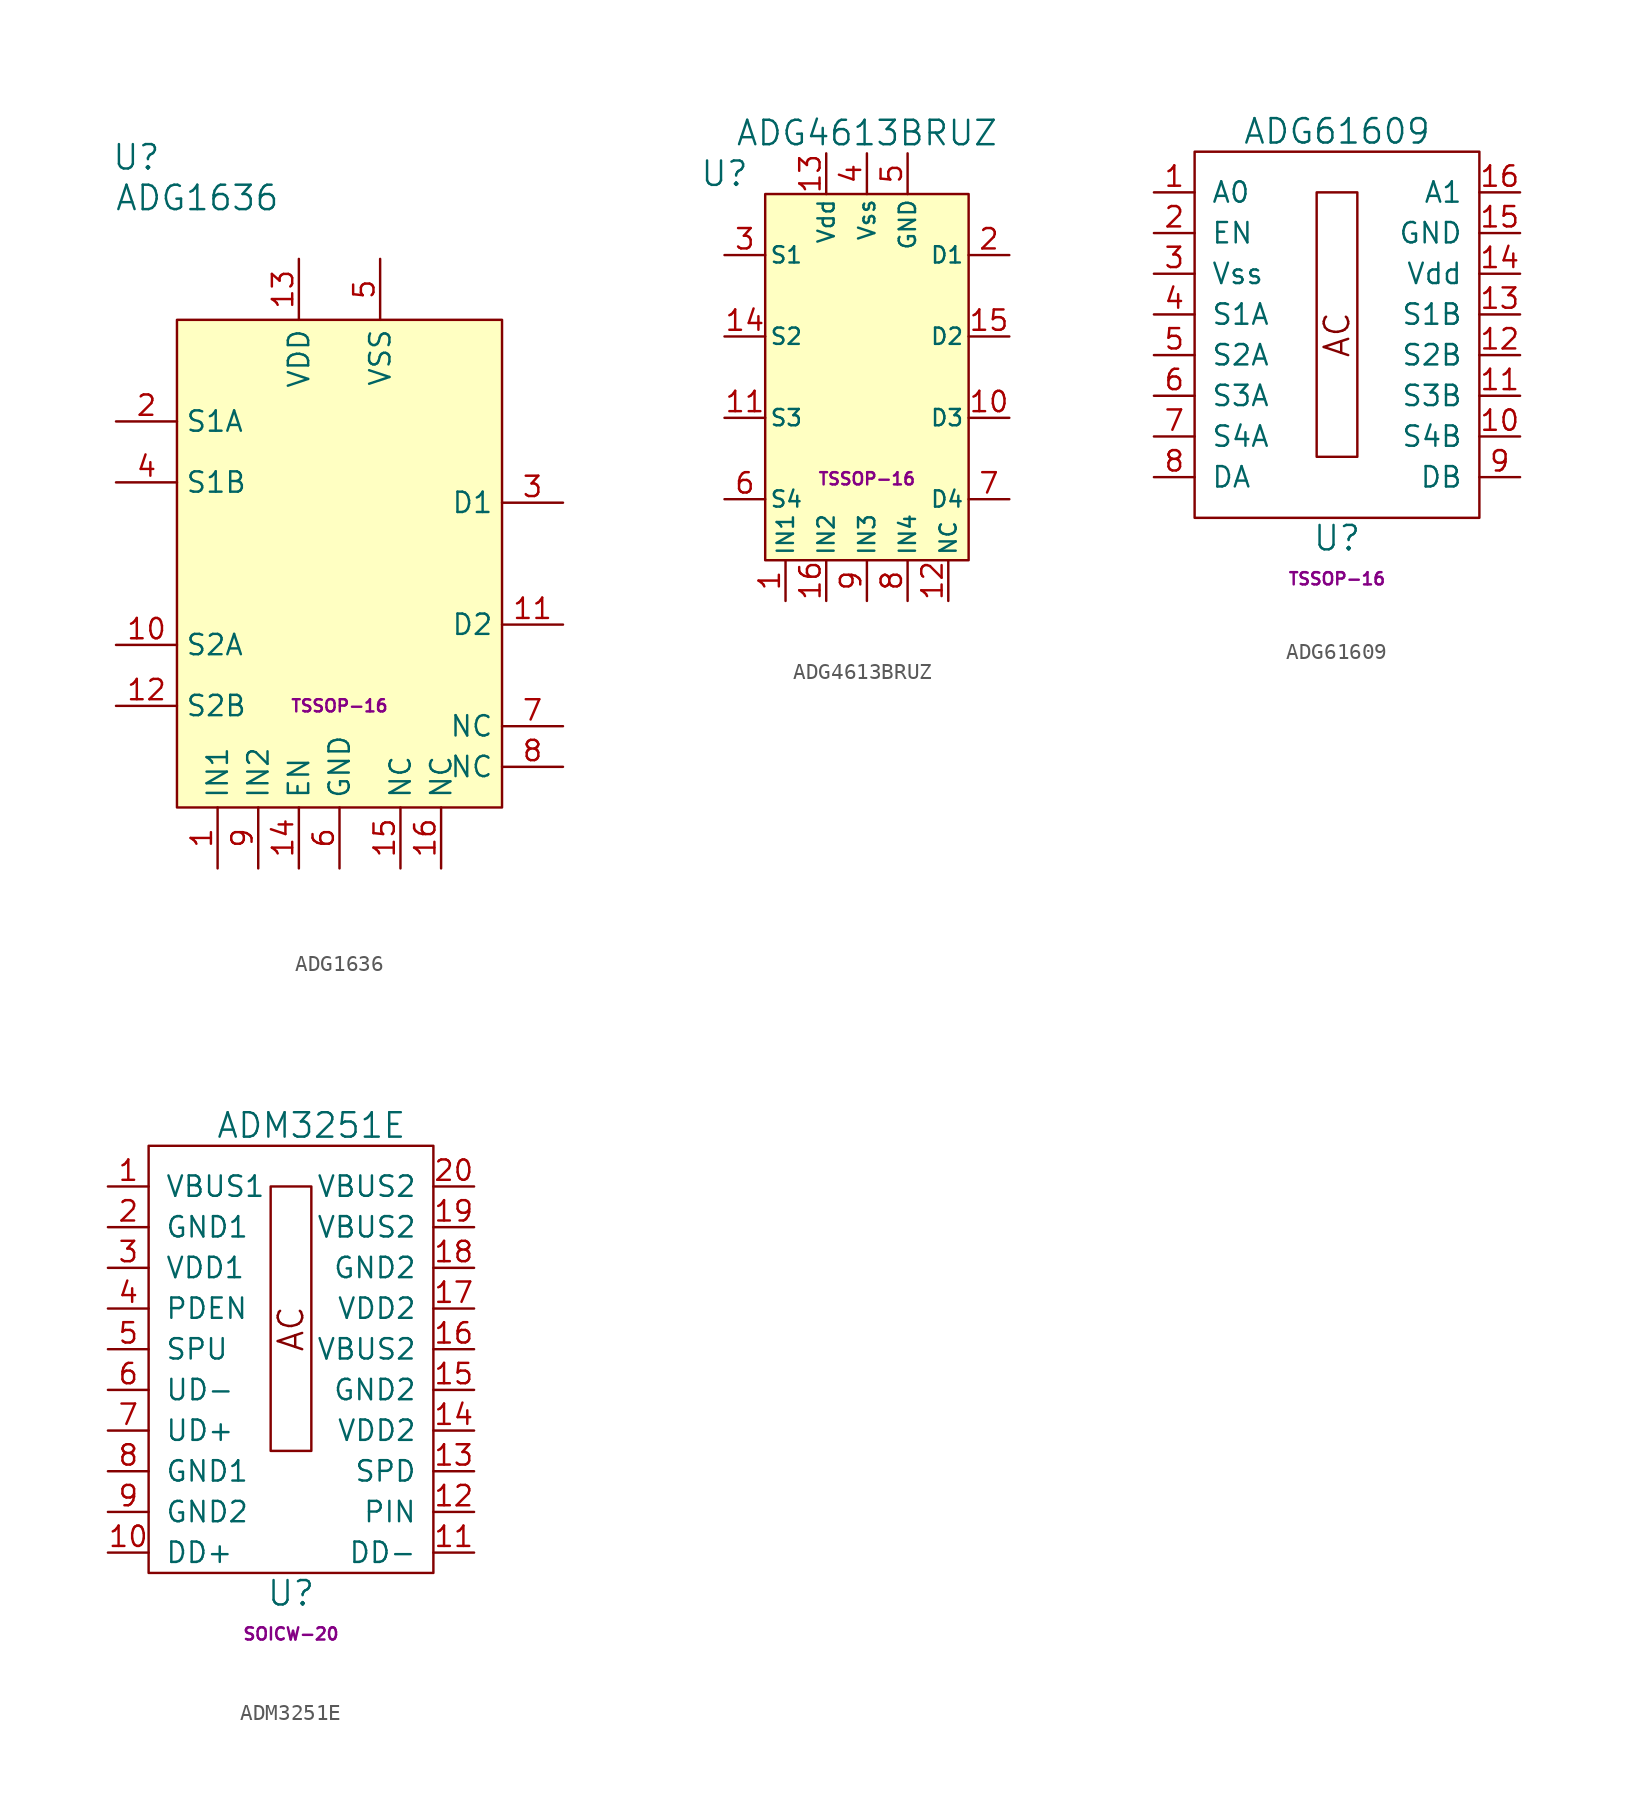
<source format=kicad_sym>
(kicad_symbol_lib
  (version 20220914)
  (generator kicad_symbol_editor)
  (symbol "ADG1636"
    (property "Reference" "U"
      (at -12.7 25.4 0)
      (effects (font (size 1.524 1.524))))
    (property "Value" "ADG1636"
      (at -8.89 22.86 0)
      (effects (font (size 1.524 1.524))))
    (property "Footprint" "TSSOP-16"
      (at 0 -8.89 0)
      (effects (font (size 0.762 0.762))))
    (property "Datasheet" ""
      (at 0 0 0)
      (effects (font (size 1.524 1.524))))
    (symbol "ADG1636_0_1"
      (rectangle (start -10.16 15.24) (end 10.16 -15.24) (stroke (width 0) (type default)) (fill (type background))))
    (symbol "ADG1636_1_1"
      (pin input line (at -7.62 -19.05 90) (length 3.81) (name "IN1" (effects (font (size 1.27 1.27)))) (number "1" (effects (font (size 1.27 1.27)))))
      (pin input line (at -13.97 -5.08 0) (length 3.81) (name "S2A" (effects (font (size 1.27 1.27)))) (number "10" (effects (font (size 1.27 1.27)))))
      (pin input line (at 13.97 -3.81 180) (length 3.81) (name "D2" (effects (font (size 1.27 1.27)))) (number "11" (effects (font (size 1.27 1.27)))))
      (pin input line (at -13.97 -8.89 0) (length 3.81) (name "S2B" (effects (font (size 1.27 1.27)))) (number "12" (effects (font (size 1.27 1.27)))))
      (pin input line (at -2.54 19.05 270) (length 3.81) (name "VDD" (effects (font (size 1.27 1.27)))) (number "13" (effects (font (size 1.27 1.27)))))
      (pin input line (at -2.54 -19.05 90) (length 3.81) (name "EN" (effects (font (size 1.27 1.27)))) (number "14" (effects (font (size 1.27 1.27)))))
      (pin input line (at 3.81 -19.05 90) (length 3.81) (name "NC" (effects (font (size 1.27 1.27)))) (number "15" (effects (font (size 1.27 1.27)))))
      (pin input line (at 6.35 -19.05 90) (length 3.81) (name "NC" (effects (font (size 1.27 1.27)))) (number "16" (effects (font (size 1.27 1.27)))))
      (pin input line (at -13.97 8.89 0) (length 3.81) (name "S1A" (effects (font (size 1.27 1.27)))) (number "2" (effects (font (size 1.27 1.27)))))
      (pin input line (at 13.97 3.81 180) (length 3.81) (name "D1" (effects (font (size 1.27 1.27)))) (number "3" (effects (font (size 1.27 1.27)))))
      (pin input line (at -13.97 5.08 0) (length 3.81) (name "S1B" (effects (font (size 1.27 1.27)))) (number "4" (effects (font (size 1.27 1.27)))))
      (pin input line (at 2.54 19.05 270) (length 3.81) (name "VSS" (effects (font (size 1.27 1.27)))) (number "5" (effects (font (size 1.27 1.27)))))
      (pin input line (at 0 -19.05 90) (length 3.81) (name "GND" (effects (font (size 1.27 1.27)))) (number "6" (effects (font (size 1.27 1.27)))))
      (pin input line (at 13.97 -10.16 180) (length 3.81) (name "NC" (effects (font (size 1.27 1.27)))) (number "7" (effects (font (size 1.27 1.27)))))
      (pin input line (at 13.97 -12.7 180) (length 3.81) (name "NC" (effects (font (size 1.27 1.27)))) (number "8" (effects (font (size 1.27 1.27)))))
      (pin input line (at -5.08 -19.05 90) (length 3.81) (name "IN2" (effects (font (size 1.27 1.27)))) (number "9" (effects (font (size 1.27 1.27)))))))
  (symbol "ADG4613BRUZ"
    (pin_names
      (offset 0.254))
    (property "Reference" "U"
      (at -8.89 12.7 0)
      (effects (font (size 1.524 1.524))))
    (property "Value" "ADG4613BRUZ"
      (at 0 15.24 0)
      (effects (font (size 1.524 1.524))))
    (property "Footprint" "TSSOP-16"
      (at 0 -6.35 0)
      (effects (font (size 0.762 0.762))))
    (property "Datasheet" ""
      (at 0 0 0)
      (effects (font (size 1.524 1.524))))
    (symbol "ADG4613BRUZ_0_1"
      (rectangle (start -6.35 11.43) (end 6.35 -11.43) (stroke (width 0) (type default)) (fill (type background))))
    (symbol "ADG4613BRUZ_1_1"
      (pin bidirectional line (at -5.08 -13.97 90) (length 2.54) (name "IN1" (effects (font (size 1.016 1.016)))) (number "1" (effects (font (size 1.27 1.27)))))
      (pin bidirectional line (at 8.89 -2.54 180) (length 2.54) (name "D3" (effects (font (size 1.016 1.016)))) (number "10" (effects (font (size 1.27 1.27)))))
      (pin bidirectional line (at -8.89 -2.54 0) (length 2.54) (name "S3" (effects (font (size 1.016 1.016)))) (number "11" (effects (font (size 1.27 1.27)))))
      (pin bidirectional line (at 5.08 -13.97 90) (length 2.54) (name "NC" (effects (font (size 1.016 1.016)))) (number "12" (effects (font (size 1.27 1.27)))))
      (pin bidirectional line (at -2.54 13.97 270) (length 2.54) (name "Vdd" (effects (font (size 1.016 1.016)))) (number "13" (effects (font (size 1.27 1.27)))))
      (pin bidirectional line (at -8.89 2.54 0) (length 2.54) (name "S2" (effects (font (size 1.016 1.016)))) (number "14" (effects (font (size 1.27 1.27)))))
      (pin bidirectional line (at 8.89 2.54 180) (length 2.54) (name "D2" (effects (font (size 1.016 1.016)))) (number "15" (effects (font (size 1.27 1.27)))))
      (pin bidirectional line (at -2.54 -13.97 90) (length 2.54) (name "IN2" (effects (font (size 1.016 1.016)))) (number "16" (effects (font (size 1.27 1.27)))))
      (pin bidirectional line (at 8.89 7.62 180) (length 2.54) (name "D1" (effects (font (size 1.016 1.016)))) (number "2" (effects (font (size 1.27 1.27)))))
      (pin bidirectional line (at -8.89 7.62 0) (length 2.54) (name "S1" (effects (font (size 1.016 1.016)))) (number "3" (effects (font (size 1.27 1.27)))))
      (pin bidirectional line (at 0 13.97 270) (length 2.54) (name "Vss" (effects (font (size 1.016 1.016)))) (number "4" (effects (font (size 1.27 1.27)))))
      (pin bidirectional line (at 2.54 13.97 270) (length 2.54) (name "GND" (effects (font (size 1.016 1.016)))) (number "5" (effects (font (size 1.27 1.27)))))
      (pin bidirectional line (at -8.89 -7.62 0) (length 2.54) (name "S4" (effects (font (size 1.016 1.016)))) (number "6" (effects (font (size 1.27 1.27)))))
      (pin bidirectional line (at 8.89 -7.62 180) (length 2.54) (name "D4" (effects (font (size 1.016 1.016)))) (number "7" (effects (font (size 1.27 1.27)))))
      (pin bidirectional line (at 2.54 -13.97 90) (length 2.54) (name "IN4" (effects (font (size 1.016 1.016)))) (number "8" (effects (font (size 1.27 1.27)))))
      (pin bidirectional line (at 0 -13.97 90) (length 2.54) (name "IN3" (effects (font (size 1.016 1.016)))) (number "9" (effects (font (size 1.27 1.27)))))))
  (symbol "ADG61609"
    (pin_names
      (offset 1.016))
    (property "Reference" "U"
      (at 0 -12.7 0)
      (effects (font (size 1.524 1.524))))
    (property "Value" "ADG61609"
      (at 0 12.7 0)
      (effects (font (size 1.524 1.524))))
    (property "Footprint" "TSSOP-16"
      (at 0 -15.24 0)
      (effects (font (size 0.762 0.762))))
    (property "Datasheet" ""
      (at 0 0 0)
      (effects (font (size 1.524 1.524))))
    (symbol "ADG61609_0_0"
      (text "AC" (at 0 0 900) (effects (font (size 1.524 1.524)))))
    (symbol "ADG61609_0_1"
      (polyline (pts (xy -1.27 8.89) (xy 1.27 8.89) (xy 1.27 -7.62) (xy -1.27 -7.62) (xy -1.27 8.89) (xy -1.27 8.89)) (stroke (width 0) (type default)) (fill (type none)))
      (polyline (pts (xy -8.89 11.43) (xy -8.89 -11.43) (xy 8.89 -11.43) (xy 8.89 11.43) (xy -8.89 11.43) (xy -8.89 11.43) (xy -8.89 11.43)) (stroke (width 0) (type default)) (fill (type none))))
    (symbol "ADG61609_1_1"
      (pin bidirectional line (at -11.43 8.89 0) (length 2.54) (name "A0" (effects (font (size 1.27 1.27)))) (number "1" (effects (font (size 1.27 1.27)))))
      (pin bidirectional line (at 11.43 -6.35 180) (length 2.54) (name "S4B" (effects (font (size 1.27 1.27)))) (number "10" (effects (font (size 1.27 1.27)))))
      (pin bidirectional line (at 11.43 -3.81 180) (length 2.54) (name "S3B" (effects (font (size 1.27 1.27)))) (number "11" (effects (font (size 1.27 1.27)))))
      (pin bidirectional line (at 11.43 -1.27 180) (length 2.54) (name "S2B" (effects (font (size 1.27 1.27)))) (number "12" (effects (font (size 1.27 1.27)))))
      (pin bidirectional line (at 11.43 1.27 180) (length 2.54) (name "S1B" (effects (font (size 1.27 1.27)))) (number "13" (effects (font (size 1.27 1.27)))))
      (pin bidirectional line (at 11.43 3.81 180) (length 2.54) (name "Vdd" (effects (font (size 1.27 1.27)))) (number "14" (effects (font (size 1.27 1.27)))))
      (pin bidirectional line (at 11.43 6.35 180) (length 2.54) (name "GND" (effects (font (size 1.27 1.27)))) (number "15" (effects (font (size 1.27 1.27)))))
      (pin bidirectional line (at 11.43 8.89 180) (length 2.54) (name "A1" (effects (font (size 1.27 1.27)))) (number "16" (effects (font (size 1.27 1.27)))))
      (pin bidirectional line (at -11.43 6.35 0) (length 2.54) (name "EN" (effects (font (size 1.27 1.27)))) (number "2" (effects (font (size 1.27 1.27)))))
      (pin bidirectional line (at -11.43 3.81 0) (length 2.54) (name "Vss" (effects (font (size 1.27 1.27)))) (number "3" (effects (font (size 1.27 1.27)))))
      (pin bidirectional line (at -11.43 1.27 0) (length 2.54) (name "S1A" (effects (font (size 1.27 1.27)))) (number "4" (effects (font (size 1.27 1.27)))))
      (pin bidirectional line (at -11.43 -1.27 0) (length 2.54) (name "S2A" (effects (font (size 1.27 1.27)))) (number "5" (effects (font (size 1.27 1.27)))))
      (pin bidirectional line (at -11.43 -3.81 0) (length 2.54) (name "S3A" (effects (font (size 1.27 1.27)))) (number "6" (effects (font (size 1.27 1.27)))))
      (pin bidirectional line (at -11.43 -6.35 0) (length 2.54) (name "S4A" (effects (font (size 1.27 1.27)))) (number "7" (effects (font (size 1.27 1.27)))))
      (pin bidirectional line (at -11.43 -8.89 0) (length 2.54) (name "DA" (effects (font (size 1.27 1.27)))) (number "8" (effects (font (size 1.27 1.27)))))
      (pin bidirectional line (at 11.43 -8.89 180) (length 2.54) (name "DB" (effects (font (size 1.27 1.27)))) (number "9" (effects (font (size 1.27 1.27)))))))
  (symbol "ADM3251E"
    (pin_names
      (offset 1.016))
    (property "Reference" "U"
      (at 0 -16.51 0)
      (effects (font (size 1.524 1.524))))
    (property "Value" "ADM3251E"
      (at 1.27 12.7 0)
      (effects (font (size 1.524 1.524))))
    (property "Footprint" "SOICW-20"
      (at 0 -19.05 0)
      (effects (font (size 0.762 0.762))))
    (property "Datasheet" ""
      (at 0 0 0)
      (effects (font (size 1.524 1.524))))
    (symbol "ADM3251E_0_0"
      (text "AC" (at 0 0 900) (effects (font (size 1.524 1.524)))))
    (symbol "ADM3251E_0_1"
      (rectangle (start -8.89 11.43) (end 8.89 -15.24) (stroke (width 0) (type default)) (fill (type none)))
      (polyline (pts (xy -1.27 8.89) (xy 1.27 8.89) (xy 1.27 -7.62) (xy -1.27 -7.62) (xy -1.27 8.89) (xy -1.27 8.89)) (stroke (width 0) (type default)) (fill (type none))))
    (symbol "ADM3251E_1_1"
      (pin bidirectional line (at -11.43 8.89 0) (length 2.54) (name "VBUS1" (effects (font (size 1.27 1.27)))) (number "1" (effects (font (size 1.27 1.27)))))
      (pin bidirectional line (at -11.43 -13.97 0) (length 2.54) (name "DD+" (effects (font (size 1.27 1.27)))) (number "10" (effects (font (size 1.27 1.27)))))
      (pin bidirectional line (at 11.43 -13.97 180) (length 2.54) (name "DD-" (effects (font (size 1.27 1.27)))) (number "11" (effects (font (size 1.27 1.27)))))
      (pin bidirectional line (at 11.43 -11.43 180) (length 2.54) (name "PIN" (effects (font (size 1.27 1.27)))) (number "12" (effects (font (size 1.27 1.27)))))
      (pin bidirectional line (at 11.43 -8.89 180) (length 2.54) (name "SPD" (effects (font (size 1.27 1.27)))) (number "13" (effects (font (size 1.27 1.27)))))
      (pin bidirectional line (at 11.43 -6.35 180) (length 2.54) (name "VDD2" (effects (font (size 1.27 1.27)))) (number "14" (effects (font (size 1.27 1.27)))))
      (pin bidirectional line (at 11.43 -3.81 180) (length 2.54) (name "GND2" (effects (font (size 1.27 1.27)))) (number "15" (effects (font (size 1.27 1.27)))))
      (pin bidirectional line (at 11.43 -1.27 180) (length 2.54) (name "VBUS2" (effects (font (size 1.27 1.27)))) (number "16" (effects (font (size 1.27 1.27)))))
      (pin bidirectional line (at 11.43 1.27 180) (length 2.54) (name "VDD2" (effects (font (size 1.27 1.27)))) (number "17" (effects (font (size 1.27 1.27)))))
      (pin bidirectional line (at 11.43 3.81 180) (length 2.54) (name "GND2" (effects (font (size 1.27 1.27)))) (number "18" (effects (font (size 1.27 1.27)))))
      (pin bidirectional line (at 11.43 6.35 180) (length 2.54) (name "VBUS2" (effects (font (size 1.27 1.27)))) (number "19" (effects (font (size 1.27 1.27)))))
      (pin bidirectional line (at -11.43 6.35 0) (length 2.54) (name "GND1" (effects (font (size 1.27 1.27)))) (number "2" (effects (font (size 1.27 1.27)))))
      (pin bidirectional line (at 11.43 8.89 180) (length 2.54) (name "VBUS2" (effects (font (size 1.27 1.27)))) (number "20" (effects (font (size 1.27 1.27)))))
      (pin bidirectional line (at -11.43 3.81 0) (length 2.54) (name "VDD1" (effects (font (size 1.27 1.27)))) (number "3" (effects (font (size 1.27 1.27)))))
      (pin bidirectional line (at -11.43 1.27 0) (length 2.54) (name "PDEN" (effects (font (size 1.27 1.27)))) (number "4" (effects (font (size 1.27 1.27)))))
      (pin bidirectional line (at -11.43 -1.27 0) (length 2.54) (name "SPU" (effects (font (size 1.27 1.27)))) (number "5" (effects (font (size 1.27 1.27)))))
      (pin bidirectional line (at -11.43 -3.81 0) (length 2.54) (name "UD-" (effects (font (size 1.27 1.27)))) (number "6" (effects (font (size 1.27 1.27)))))
      (pin bidirectional line (at -11.43 -6.35 0) (length 2.54) (name "UD+" (effects (font (size 1.27 1.27)))) (number "7" (effects (font (size 1.27 1.27)))))
      (pin bidirectional line (at -11.43 -8.89 0) (length 2.54) (name "GND1" (effects (font (size 1.27 1.27)))) (number "8" (effects (font (size 1.27 1.27)))))
      (pin bidirectional line (at -11.43 -11.43 0) (length 2.54) (name "GND2" (effects (font (size 1.27 1.27)))) (number "9" (effects (font (size 1.27 1.27))))))))
</source>
